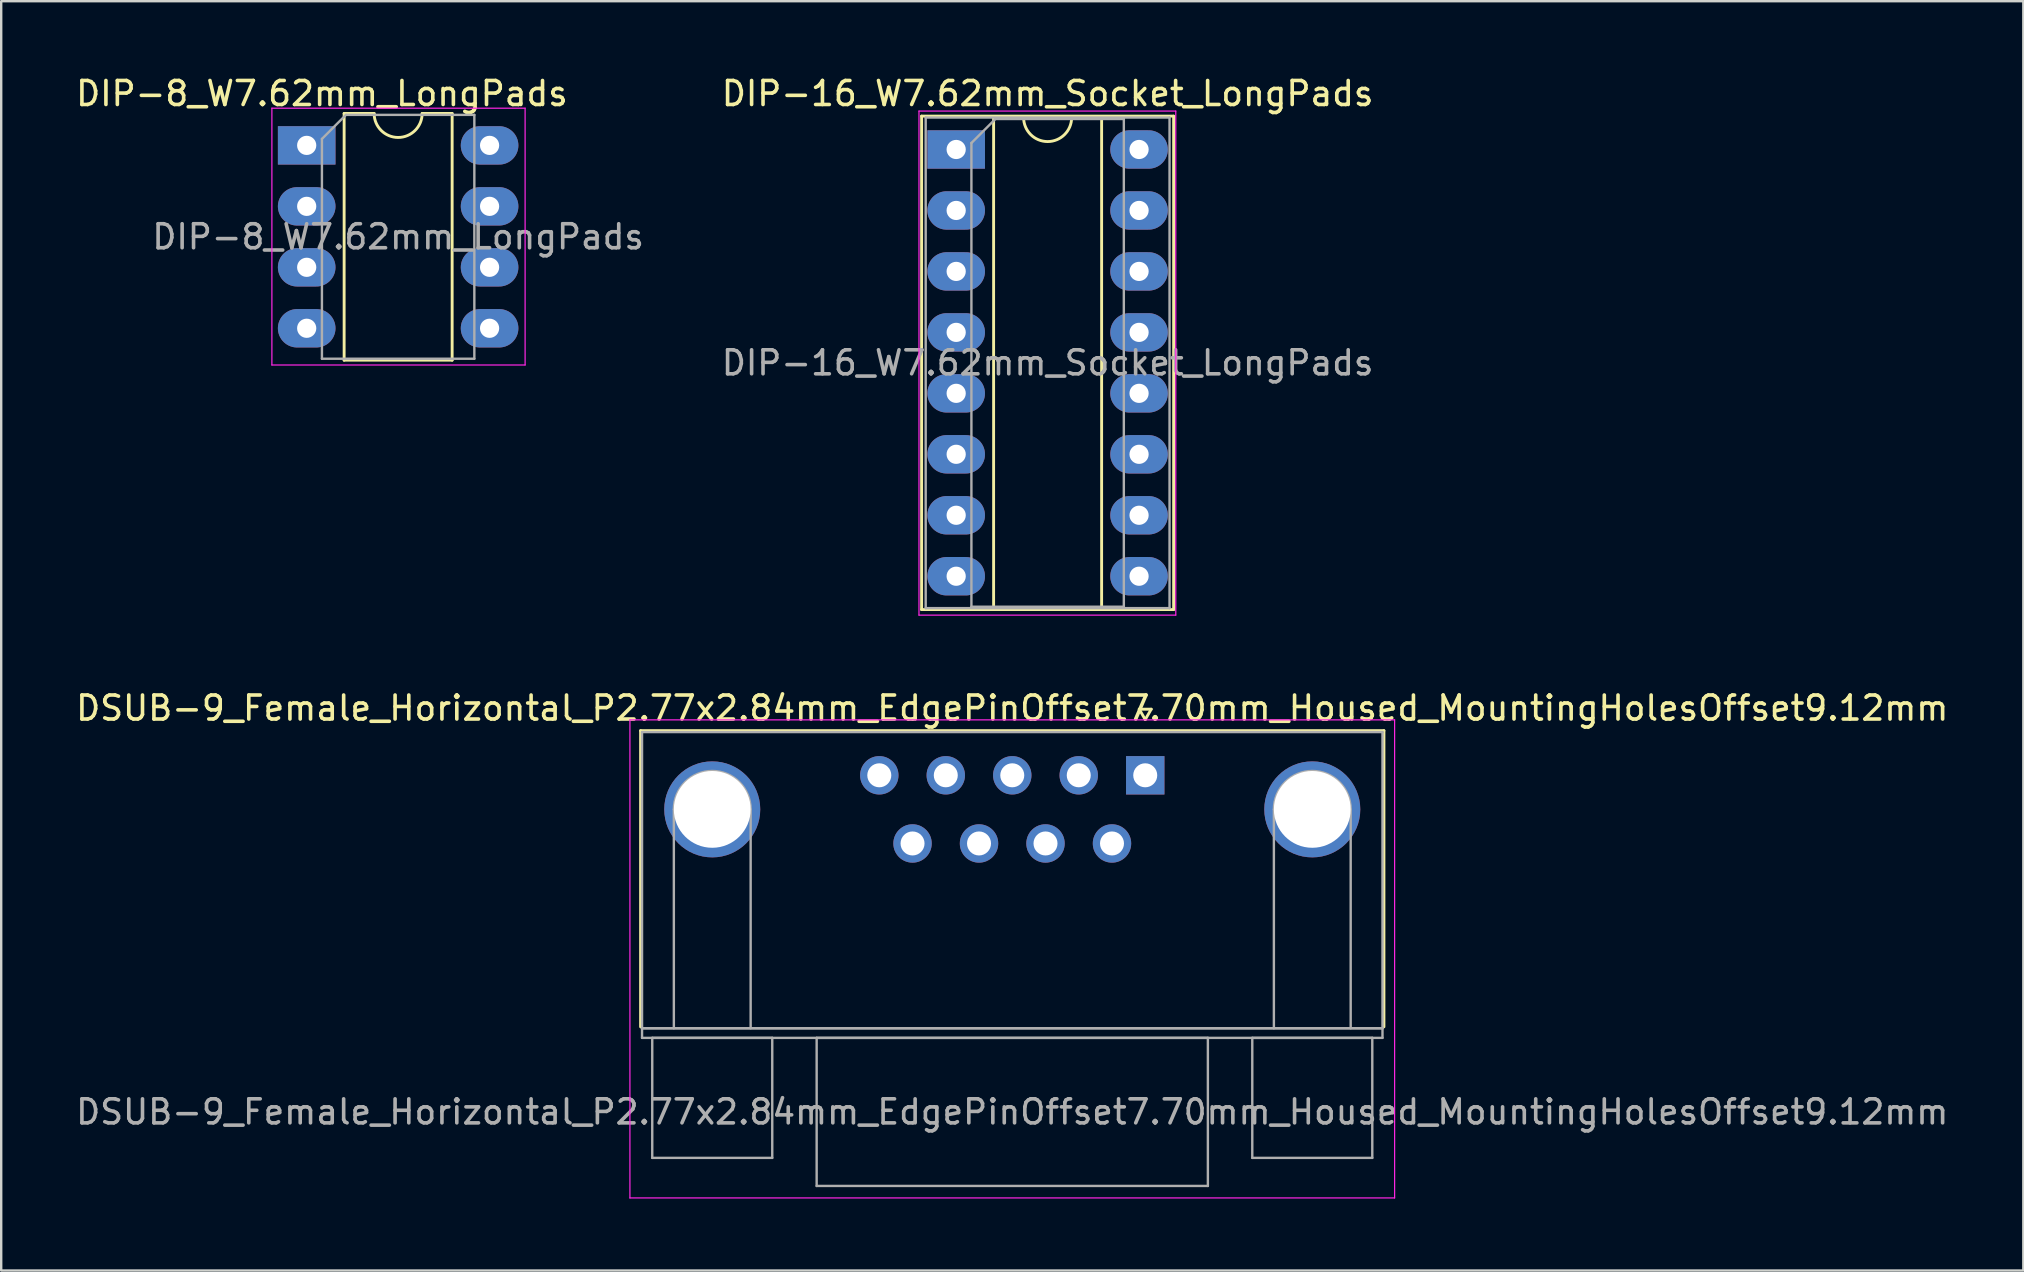
<source format=kicad_pcb>
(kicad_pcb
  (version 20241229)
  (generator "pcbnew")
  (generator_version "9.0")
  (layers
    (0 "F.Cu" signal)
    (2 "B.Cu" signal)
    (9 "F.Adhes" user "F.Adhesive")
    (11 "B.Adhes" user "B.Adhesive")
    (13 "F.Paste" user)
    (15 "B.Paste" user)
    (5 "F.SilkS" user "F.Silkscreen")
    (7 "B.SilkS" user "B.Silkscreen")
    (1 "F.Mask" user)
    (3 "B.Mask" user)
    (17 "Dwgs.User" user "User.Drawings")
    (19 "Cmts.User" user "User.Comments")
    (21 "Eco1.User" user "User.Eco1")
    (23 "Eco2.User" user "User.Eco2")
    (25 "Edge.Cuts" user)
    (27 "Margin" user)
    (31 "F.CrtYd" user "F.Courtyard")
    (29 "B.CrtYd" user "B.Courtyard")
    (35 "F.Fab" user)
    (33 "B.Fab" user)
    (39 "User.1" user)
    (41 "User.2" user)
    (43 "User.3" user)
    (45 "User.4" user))
  (footprint "DIP-16_W7.62mm_Socket_LongPads"
    (layer "F.Cu")
    (at 36.788 3.178)
    (property "Reference" "DIP-16_W7.62mm_Socket_LongPads" (at 3.81 -2.33 0) (layer "F.SilkS") (effects (font (size 1 1) (thickness 0.15))))
    (attr through_hole)
    (fp_line (start -1.44 -1.39) (end -1.44 19.17) (stroke (width 0.12) (type solid)) (layer "F.SilkS"))
    (fp_line (start -1.44 19.17) (end 9.06 19.17) (stroke (width 0.12) (type solid)) (layer "F.SilkS"))
    (fp_line (start 1.56 -1.33) (end 1.56 19.11) (stroke (width 0.12) (type solid)) (layer "F.SilkS"))
    (fp_line (start 1.56 19.11) (end 6.06 19.11) (stroke (width 0.12) (type solid)) (layer "F.SilkS"))
    (fp_line (start 2.81 -1.33) (end 1.56 -1.33) (stroke (width 0.12) (type solid)) (layer "F.SilkS"))
    (fp_line (start 6.06 -1.33) (end 4.81 -1.33) (stroke (width 0.12) (type solid)) (layer "F.SilkS"))
    (fp_line (start 6.06 19.11) (end 6.06 -1.33) (stroke (width 0.12) (type solid)) (layer "F.SilkS"))
    (fp_line (start 9.06 -1.39) (end -1.44 -1.39) (stroke (width 0.12) (type solid)) (layer "F.SilkS"))
    (fp_line (start 9.06 19.17) (end 9.06 -1.39) (stroke (width 0.12) (type solid)) (layer "F.SilkS"))
    (fp_arc (start 4.81 -1.33) (mid 3.81 -0.33) (end 2.81 -1.33) (stroke (width 0.12) (type solid)) (layer "F.SilkS"))
    (fp_line (start -1.55 -1.6) (end -1.55 19.4) (stroke (width 0.05) (type solid)) (layer "F.CrtYd"))
    (fp_line (start -1.55 19.4) (end 9.15 19.4) (stroke (width 0.05) (type solid)) (layer "F.CrtYd"))
    (fp_line (start 9.15 -1.6) (end -1.55 -1.6) (stroke (width 0.05) (type solid)) (layer "F.CrtYd"))
    (fp_line (start 9.15 19.4) (end 9.15 -1.6) (stroke (width 0.05) (type solid)) (layer "F.CrtYd"))
    (fp_line (start -1.27 -1.33) (end -1.27 19.11) (stroke (width 0.1) (type solid)) (layer "F.Fab"))
    (fp_line (start -1.27 19.11) (end 8.89 19.11) (stroke (width 0.1) (type solid)) (layer "F.Fab"))
    (fp_line (start 0.635 -0.27) (end 1.635 -1.27) (stroke (width 0.1) (type solid)) (layer "F.Fab"))
    (fp_line (start 0.635 19.05) (end 0.635 -0.27) (stroke (width 0.1) (type solid)) (layer "F.Fab"))
    (fp_line (start 1.635 -1.27) (end 6.985 -1.27) (stroke (width 0.1) (type solid)) (layer "F.Fab"))
    (fp_line (start 6.985 -1.27) (end 6.985 19.05) (stroke (width 0.1) (type solid)) (layer "F.Fab"))
    (fp_line (start 6.985 19.05) (end 0.635 19.05) (stroke (width 0.1) (type solid)) (layer "F.Fab"))
    (fp_line (start 8.89 -1.33) (end -1.27 -1.33) (stroke (width 0.1) (type solid)) (layer "F.Fab"))
    (fp_line (start 8.89 19.11) (end 8.89 -1.33) (stroke (width 0.1) (type solid)) (layer "F.Fab"))
    (fp_text user "${REFERENCE}" (at 3.81 8.89 0) (layer "F.Fab") (effects (font (size 1 1) (thickness 0.15))))
    (pad "1" thru_hole rect (at 0 0) (size 2.4 1.6) (drill 0.8) (layers "*.Cu" "*.Mask"))
    (pad "2" thru_hole oval (at 0 2.54) (size 2.4 1.6) (drill 0.8) (layers "*.Cu" "*.Mask"))
    (pad "3" thru_hole oval (at 0 5.08) (size 2.4 1.6) (drill 0.8) (layers "*.Cu" "*.Mask"))
    (pad "4" thru_hole oval (at 0 7.62) (size 2.4 1.6) (drill 0.8) (layers "*.Cu" "*.Mask"))
    (pad "5" thru_hole oval (at 0 10.16) (size 2.4 1.6) (drill 0.8) (layers "*.Cu" "*.Mask"))
    (pad "6" thru_hole oval (at 0 12.7) (size 2.4 1.6) (drill 0.8) (layers "*.Cu" "*.Mask"))
    (pad "7" thru_hole oval (at 0 15.24) (size 2.4 1.6) (drill 0.8) (layers "*.Cu" "*.Mask"))
    (pad "8" thru_hole oval (at 0 17.78) (size 2.4 1.6) (drill 0.8) (layers "*.Cu" "*.Mask"))
    (pad "9" thru_hole oval (at 7.62 17.78) (size 2.4 1.6) (drill 0.8) (layers "*.Cu" "*.Mask"))
    (pad "10" thru_hole oval (at 7.62 15.24) (size 2.4 1.6) (drill 0.8) (layers "*.Cu" "*.Mask"))
    (pad "11" thru_hole oval (at 7.62 12.7) (size 2.4 1.6) (drill 0.8) (layers "*.Cu" "*.Mask"))
    (pad "12" thru_hole oval (at 7.62 10.16) (size 2.4 1.6) (drill 0.8) (layers "*.Cu" "*.Mask"))
    (pad "13" thru_hole oval (at 7.62 7.62) (size 2.4 1.6) (drill 0.8) (layers "*.Cu" "*.Mask"))
    (pad "14" thru_hole oval (at 7.62 5.08) (size 2.4 1.6) (drill 0.8) (layers "*.Cu" "*.Mask"))
    (pad "15" thru_hole oval (at 7.62 2.54) (size 2.4 1.6) (drill 0.8) (layers "*.Cu" "*.Mask"))
    (pad "16" thru_hole oval (at 7.62 0) (size 2.4 1.6) (drill 0.8) (layers "*.Cu" "*.Mask")))
  (footprint "DIP-8_W7.62mm_LongPads"
    (layer "F.Cu")
    (at 9.728 3.007)
    (property "Reference" "DIP-8_W7.62mm_LongPads" (at 0.635 -2.159 0) (layer "F.SilkS") (effects (font (size 1 1) (thickness 0.15))))
    (attr through_hole)
    (fp_line (start 1.56 -1.33) (end 1.56 8.95) (stroke (width 0.12) (type solid)) (layer "F.SilkS"))
    (fp_line (start 1.56 8.95) (end 6.06 8.95) (stroke (width 0.12) (type solid)) (layer "F.SilkS"))
    (fp_line (start 2.81 -1.33) (end 1.56 -1.33) (stroke (width 0.12) (type solid)) (layer "F.SilkS"))
    (fp_line (start 6.06 -1.33) (end 4.81 -1.33) (stroke (width 0.12) (type solid)) (layer "F.SilkS"))
    (fp_line (start 6.06 8.95) (end 6.06 -1.33) (stroke (width 0.12) (type solid)) (layer "F.SilkS"))
    (fp_arc (start 4.81 -1.33) (mid 3.81 -0.33) (end 2.81 -1.33) (stroke (width 0.12) (type solid)) (layer "F.SilkS"))
    (fp_line (start -1.45 -1.55) (end -1.45 9.15) (stroke (width 0.05) (type solid)) (layer "F.CrtYd"))
    (fp_line (start -1.45 9.15) (end 9.1 9.15) (stroke (width 0.05) (type solid)) (layer "F.CrtYd"))
    (fp_line (start 9.1 -1.55) (end -1.45 -1.55) (stroke (width 0.05) (type solid)) (layer "F.CrtYd"))
    (fp_line (start 9.1 9.15) (end 9.1 -1.55) (stroke (width 0.05) (type solid)) (layer "F.CrtYd"))
    (fp_line (start 0.635 -0.27) (end 1.635 -1.27) (stroke (width 0.1) (type solid)) (layer "F.Fab"))
    (fp_line (start 0.635 8.89) (end 0.635 -0.27) (stroke (width 0.1) (type solid)) (layer "F.Fab"))
    (fp_line (start 1.635 -1.27) (end 6.985 -1.27) (stroke (width 0.1) (type solid)) (layer "F.Fab"))
    (fp_line (start 6.985 -1.27) (end 6.985 8.89) (stroke (width 0.1) (type solid)) (layer "F.Fab"))
    (fp_line (start 6.985 8.89) (end 0.635 8.89) (stroke (width 0.1) (type solid)) (layer "F.Fab"))
    (fp_text user "${REFERENCE}" (at 3.81 3.81 0) (layer "F.Fab") (effects (font (size 1 1) (thickness 0.15))))
    (pad "1" thru_hole rect (at 0 0) (size 2.4 1.6) (drill 0.8) (layers "*.Cu" "*.Mask"))
    (pad "2" thru_hole oval (at 0 2.54) (size 2.4 1.6) (drill 0.8) (layers "*.Cu" "*.Mask"))
    (pad "3" thru_hole oval (at 0 5.08) (size 2.4 1.6) (drill 0.8) (layers "*.Cu" "*.Mask"))
    (pad "4" thru_hole oval (at 0 7.62) (size 2.4 1.6) (drill 0.8) (layers "*.Cu" "*.Mask"))
    (pad "5" thru_hole oval (at 7.62 7.62) (size 2.4 1.6) (drill 0.8) (layers "*.Cu" "*.Mask"))
    (pad "6" thru_hole oval (at 7.62 5.08) (size 2.4 1.6) (drill 0.8) (layers "*.Cu" "*.Mask"))
    (pad "7" thru_hole oval (at 7.62 2.54) (size 2.4 1.6) (drill 0.8) (layers "*.Cu" "*.Mask"))
    (pad "8" thru_hole oval (at 7.62 0) (size 2.4 1.6) (drill 0.8) (layers "*.Cu" "*.Mask")))
  (footprint "DSUB-9_Female_Horizontal_P2.77x2.84mm_EdgePinOffset7.70mm_Housed_MountingHolesOffset9.12mm"
    (layer "F.Cu")
    (at 44.665 29.252)
    (property "Reference" "DSUB-9_Female_Horizontal_P2.77x2.84mm_EdgePinOffset7.70mm_Housed_MountingHolesOffset9.12mm" (at -5.54 -2.8 0) (layer "F.SilkS") (effects (font (size 1 1) (thickness 0.15))))
    (attr through_hole)
    (fp_line (start -21.025 -1.86) (end 9.945 -1.86) (stroke (width 0.12) (type solid)) (layer "F.SilkS"))
    (fp_line (start -21.025 10.48) (end -21.025 -1.86) (stroke (width 0.12) (type solid)) (layer "F.SilkS"))
    (fp_line (start -0.25 -2.754) (end 0.25 -2.754) (stroke (width 0.12) (type solid)) (layer "F.SilkS"))
    (fp_line (start 0 -2.321) (end -0.25 -2.754) (stroke (width 0.12) (type solid)) (layer "F.SilkS"))
    (fp_line (start 0.25 -2.754) (end 0 -2.321) (stroke (width 0.12) (type solid)) (layer "F.SilkS"))
    (fp_line (start 9.945 -1.86) (end 9.945 10.48) (stroke (width 0.12) (type solid)) (layer "F.SilkS"))
    (fp_line (start -21.47 -2.31) (end -21.47 17.61) (stroke (width 0.05) (type solid)) (layer "F.CrtYd"))
    (fp_line (start -21.47 17.61) (end 10.39 17.61) (stroke (width 0.05) (type solid)) (layer "F.CrtYd"))
    (fp_line (start 10.39 -2.31) (end -21.47 -2.31) (stroke (width 0.05) (type solid)) (layer "F.CrtYd"))
    (fp_line (start 10.39 17.61) (end 10.39 -2.31) (stroke (width 0.05) (type solid)) (layer "F.CrtYd"))
    (fp_line (start -20.965 -1.8) (end -20.965 10.54) (stroke (width 0.1) (type solid)) (layer "F.Fab"))
    (fp_line (start -20.965 10.54) (end -20.965 10.94) (stroke (width 0.1) (type solid)) (layer "F.Fab"))
    (fp_line (start -20.965 10.54) (end 9.885 10.54) (stroke (width 0.1) (type solid)) (layer "F.Fab"))
    (fp_line (start -20.965 10.94) (end 9.885 10.94) (stroke (width 0.1) (type solid)) (layer "F.Fab"))
    (fp_line (start -20.54 10.94) (end -20.54 15.94) (stroke (width 0.1) (type solid)) (layer "F.Fab"))
    (fp_line (start -20.54 15.94) (end -15.54 15.94) (stroke (width 0.1) (type solid)) (layer "F.Fab"))
    (fp_line (start -19.64 10.54) (end -19.64 1.42) (stroke (width 0.1) (type solid)) (layer "F.Fab"))
    (fp_line (start -16.44 10.54) (end -16.44 1.42) (stroke (width 0.1) (type solid)) (layer "F.Fab"))
    (fp_line (start -15.54 10.94) (end -20.54 10.94) (stroke (width 0.1) (type solid)) (layer "F.Fab"))
    (fp_line (start -15.54 15.94) (end -15.54 10.94) (stroke (width 0.1) (type solid)) (layer "F.Fab"))
    (fp_line (start -13.69 10.94) (end -13.69 17.11) (stroke (width 0.1) (type solid)) (layer "F.Fab"))
    (fp_line (start -13.69 17.11) (end 2.61 17.11) (stroke (width 0.1) (type solid)) (layer "F.Fab"))
    (fp_line (start 2.61 10.94) (end -13.69 10.94) (stroke (width 0.1) (type solid)) (layer "F.Fab"))
    (fp_line (start 2.61 17.11) (end 2.61 10.94) (stroke (width 0.1) (type solid)) (layer "F.Fab"))
    (fp_line (start 4.46 10.94) (end 4.46 15.94) (stroke (width 0.1) (type solid)) (layer "F.Fab"))
    (fp_line (start 4.46 15.94) (end 9.46 15.94) (stroke (width 0.1) (type solid)) (layer "F.Fab"))
    (fp_line (start 5.36 10.54) (end 5.36 1.42) (stroke (width 0.1) (type solid)) (layer "F.Fab"))
    (fp_line (start 8.56 10.54) (end 8.56 1.42) (stroke (width 0.1) (type solid)) (layer "F.Fab"))
    (fp_line (start 9.46 10.94) (end 4.46 10.94) (stroke (width 0.1) (type solid)) (layer "F.Fab"))
    (fp_line (start 9.46 15.94) (end 9.46 10.94) (stroke (width 0.1) (type solid)) (layer "F.Fab"))
    (fp_line (start 9.885 -1.8) (end -20.965 -1.8) (stroke (width 0.1) (type solid)) (layer "F.Fab"))
    (fp_line (start 9.885 10.54) (end -20.965 10.54) (stroke (width 0.1) (type solid)) (layer "F.Fab"))
    (fp_line (start 9.885 10.54) (end 9.885 -1.8) (stroke (width 0.1) (type solid)) (layer "F.Fab"))
    (fp_line (start 9.885 10.94) (end 9.885 10.54) (stroke (width 0.1) (type solid)) (layer "F.Fab"))
    (fp_arc (start -19.64 1.42) (mid -18.04 -0.18) (end -16.44 1.42) (stroke (width 0.1) (type solid)) (layer "F.Fab"))
    (fp_arc (start 5.36 1.42) (mid 6.96 -0.18) (end 8.56 1.42) (stroke (width 0.1) (type solid)) (layer "F.Fab"))
    (fp_text user "${REFERENCE}" (at -5.54 14.025 0) (layer "F.Fab") (effects (font (size 1 1) (thickness 0.15))))
    (pad "0" thru_hole circle (at -18.04 1.42) (size 4 4) (drill 3.2) (layers "*.Cu" "*.Mask"))
    (pad "0" thru_hole circle (at 6.96 1.42) (size 4 4) (drill 3.2) (layers "*.Cu" "*.Mask"))
    (pad "1" thru_hole rect (at 0 0) (size 1.6 1.6) (drill 1) (layers "*.Cu" "*.Mask"))
    (pad "2" thru_hole circle (at -2.77 0) (size 1.6 1.6) (drill 1) (layers "*.Cu" "*.Mask"))
    (pad "3" thru_hole circle (at -5.54 0) (size 1.6 1.6) (drill 1) (layers "*.Cu" "*.Mask"))
    (pad "4" thru_hole circle (at -8.31 0) (size 1.6 1.6) (drill 1) (layers "*.Cu" "*.Mask"))
    (pad "5" thru_hole circle (at -11.08 0) (size 1.6 1.6) (drill 1) (layers "*.Cu" "*.Mask"))
    (pad "6" thru_hole circle (at -1.385 2.84) (size 1.6 1.6) (drill 1) (layers "*.Cu" "*.Mask"))
    (pad "7" thru_hole circle (at -4.155 2.84) (size 1.6 1.6) (drill 1) (layers "*.Cu" "*.Mask"))
    (pad "8" thru_hole circle (at -6.925 2.84) (size 1.6 1.6) (drill 1) (layers "*.Cu" "*.Mask"))
    (pad "9" thru_hole circle (at -9.695 2.84) (size 1.6 1.6) (drill 1) (layers "*.Cu" "*.Mask")))
  (gr_rect
    (start -3 -3)
    (end 81.25 49.886)
    (stroke (width 0.1) (type default))
    (fill no)
    (layer "Edge.Cuts")))
</source>
